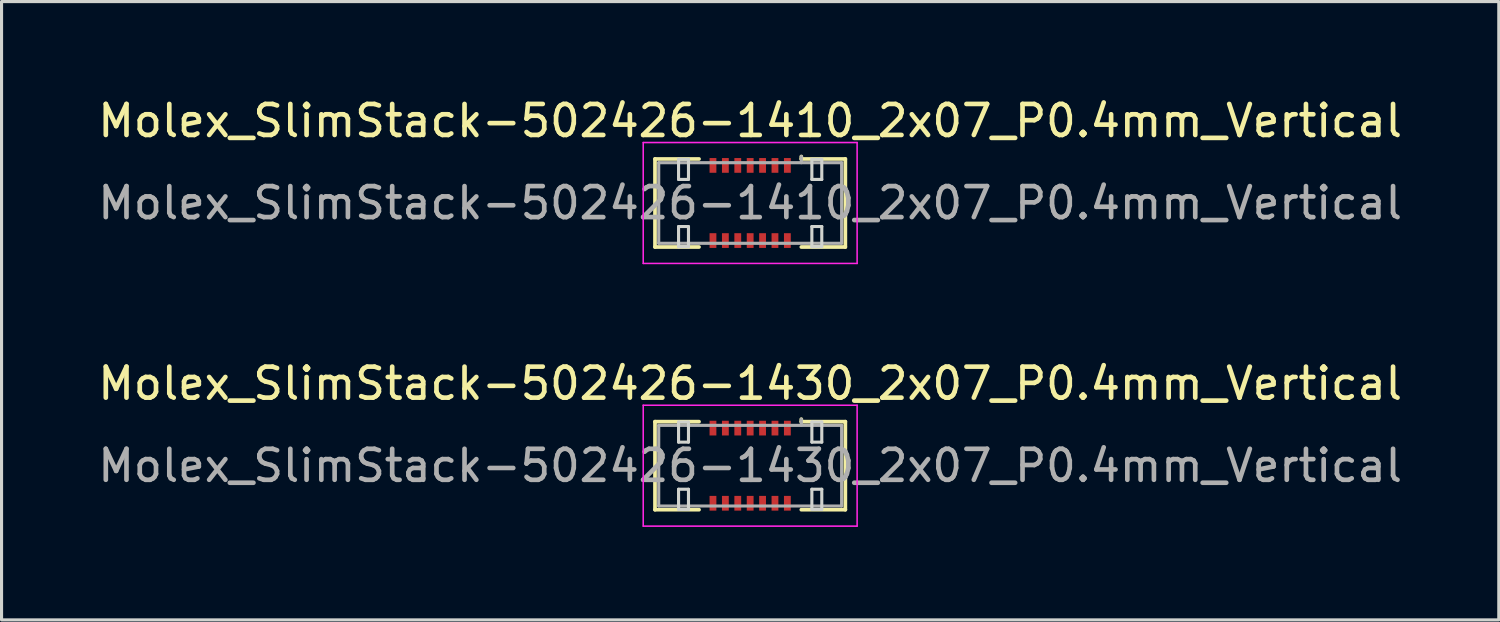
<source format=kicad_pcb>
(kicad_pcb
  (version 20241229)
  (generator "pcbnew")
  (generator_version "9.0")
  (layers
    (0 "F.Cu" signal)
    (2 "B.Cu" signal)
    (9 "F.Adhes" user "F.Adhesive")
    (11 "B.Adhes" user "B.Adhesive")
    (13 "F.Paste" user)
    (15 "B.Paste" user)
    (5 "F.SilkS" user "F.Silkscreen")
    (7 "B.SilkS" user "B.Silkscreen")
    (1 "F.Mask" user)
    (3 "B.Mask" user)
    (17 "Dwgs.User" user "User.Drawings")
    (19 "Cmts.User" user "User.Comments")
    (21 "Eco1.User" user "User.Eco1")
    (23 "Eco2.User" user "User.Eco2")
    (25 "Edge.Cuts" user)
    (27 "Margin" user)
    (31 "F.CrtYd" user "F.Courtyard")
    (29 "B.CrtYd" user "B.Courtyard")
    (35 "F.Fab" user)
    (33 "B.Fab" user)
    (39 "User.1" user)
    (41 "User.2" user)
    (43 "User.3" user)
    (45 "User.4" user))
  (footprint "Molex_SlimStack-502426-1430_2x07_P0.4mm_Vertical"
    (layer "F.Cu")
    (at 21.149 11.972)
    (property "Reference" "Molex_SlimStack-502426-1430_2x07_P0.4mm_Vertical" (at 0 -2.65 0) (layer "F.SilkS") (effects (font (size 1 1) (thickness 0.15))))
    (attr smd)
    (fp_line (start -3.07 -1.42) (end -1.65 -1.42) (stroke (width 0.12) (type solid)) (layer "F.SilkS"))
    (fp_line (start -3.07 1.42) (end -3.07 -1.42) (stroke (width 0.12) (type solid)) (layer "F.SilkS"))
    (fp_line (start -1.65 1.42) (end -3.07 1.42) (stroke (width 0.12) (type solid)) (layer "F.SilkS"))
    (fp_line (start 1.65 -1.42) (end 1.65 -1.5) (stroke (width 0.12) (type solid)) (layer "F.SilkS"))
    (fp_line (start 1.65 1.42) (end 3.07 1.42) (stroke (width 0.12) (type solid)) (layer "F.SilkS"))
    (fp_line (start 3.07 -1.42) (end 1.65 -1.42) (stroke (width 0.12) (type solid)) (layer "F.SilkS"))
    (fp_line (start 3.07 1.42) (end 3.07 -1.42) (stroke (width 0.12) (type solid)) (layer "F.SilkS"))
    (fp_line (start -2.31 -1.41) (end -2.31 -0.76) (stroke (width 0.1) (type solid)) (layer "Edge.Cuts"))
    (fp_line (start -2.31 -0.76) (end -1.99 -0.76) (stroke (width 0.1) (type solid)) (layer "Edge.Cuts"))
    (fp_line (start -2.31 0.76) (end -2.31 1.41) (stroke (width 0.1) (type solid)) (layer "Edge.Cuts"))
    (fp_line (start -2.31 1.41) (end -1.99 1.41) (stroke (width 0.1) (type solid)) (layer "Edge.Cuts"))
    (fp_line (start -1.99 -1.41) (end -2.31 -1.41) (stroke (width 0.1) (type solid)) (layer "Edge.Cuts"))
    (fp_line (start -1.99 -0.76) (end -1.99 -1.41) (stroke (width 0.1) (type solid)) (layer "Edge.Cuts"))
    (fp_line (start -1.99 0.76) (end -2.31 0.76) (stroke (width 0.1) (type solid)) (layer "Edge.Cuts"))
    (fp_line (start -1.99 1.41) (end -1.99 0.76) (stroke (width 0.1) (type solid)) (layer "Edge.Cuts"))
    (fp_line (start 1.99 -1.41) (end 1.99 -0.76) (stroke (width 0.1) (type solid)) (layer "Edge.Cuts"))
    (fp_line (start 1.99 -0.76) (end 2.31 -0.76) (stroke (width 0.1) (type solid)) (layer "Edge.Cuts"))
    (fp_line (start 1.99 0.76) (end 1.99 1.41) (stroke (width 0.1) (type solid)) (layer "Edge.Cuts"))
    (fp_line (start 1.99 1.41) (end 2.31 1.41) (stroke (width 0.1) (type solid)) (layer "Edge.Cuts"))
    (fp_line (start 2.31 -1.41) (end 1.99 -1.41) (stroke (width 0.1) (type solid)) (layer "Edge.Cuts"))
    (fp_line (start 2.31 -0.76) (end 2.31 -1.41) (stroke (width 0.1) (type solid)) (layer "Edge.Cuts"))
    (fp_line (start 2.31 0.76) (end 1.99 0.76) (stroke (width 0.1) (type solid)) (layer "Edge.Cuts"))
    (fp_line (start 2.31 1.41) (end 2.31 0.76) (stroke (width 0.1) (type solid)) (layer "Edge.Cuts"))
    (fp_line (start -3.45 -1.95) (end -3.45 1.95) (stroke (width 0.05) (type solid)) (layer "F.CrtYd"))
    (fp_line (start -3.45 1.95) (end 3.45 1.95) (stroke (width 0.05) (type solid)) (layer "F.CrtYd"))
    (fp_line (start 3.45 -1.95) (end -3.45 -1.95) (stroke (width 0.05) (type solid)) (layer "F.CrtYd"))
    (fp_line (start 3.45 1.95) (end 3.45 -1.95) (stroke (width 0.05) (type solid)) (layer "F.CrtYd"))
    (fp_line (start -2.95 -1.3) (end -2.95 1.3) (stroke (width 0.1) (type solid)) (layer "F.Fab"))
    (fp_line (start -2.95 1.3) (end 2.95 1.3) (stroke (width 0.1) (type solid)) (layer "F.Fab"))
    (fp_line (start 1.65 -1.3) (end 1.65 -1.5) (stroke (width 0.1) (type solid)) (layer "F.Fab"))
    (fp_line (start 2.95 -1.3) (end -2.95 -1.3) (stroke (width 0.1) (type solid)) (layer "F.Fab"))
    (fp_line (start 2.95 1.3) (end 2.95 -1.3) (stroke (width 0.1) (type solid)) (layer "F.Fab"))
    (fp_text user "${REFERENCE}" (at 0 0 0) (layer "F.Fab") (effects (font (size 1 1) (thickness 0.15))))
    (pad "1" smd rect (at 1.2 -1.212) (size 0.22 0.475) (layers "F.Cu" "F.Mask" "F.Paste"))
    (pad "2" smd rect (at 1.2 1.212) (size 0.22 0.475) (layers "F.Cu" "F.Mask" "F.Paste"))
    (pad "3" smd rect (at 0.8 -1.212) (size 0.22 0.475) (layers "F.Cu" "F.Mask" "F.Paste"))
    (pad "4" smd rect (at 0.8 1.212) (size 0.22 0.475) (layers "F.Cu" "F.Mask" "F.Paste"))
    (pad "5" smd rect (at 0.4 -1.212) (size 0.22 0.475) (layers "F.Cu" "F.Mask" "F.Paste"))
    (pad "6" smd rect (at 0.4 1.212) (size 0.22 0.475) (layers "F.Cu" "F.Mask" "F.Paste"))
    (pad "7" smd rect (at 0 -1.212) (size 0.22 0.475) (layers "F.Cu" "F.Mask" "F.Paste"))
    (pad "8" smd rect (at 0 1.212) (size 0.22 0.475) (layers "F.Cu" "F.Mask" "F.Paste"))
    (pad "9" smd rect (at -0.4 -1.212) (size 0.22 0.475) (layers "F.Cu" "F.Mask" "F.Paste"))
    (pad "10" smd rect (at -0.4 1.212) (size 0.22 0.475) (layers "F.Cu" "F.Mask" "F.Paste"))
    (pad "11" smd rect (at -0.8 -1.212) (size 0.22 0.475) (layers "F.Cu" "F.Mask" "F.Paste"))
    (pad "12" smd rect (at -0.8 1.212) (size 0.22 0.475) (layers "F.Cu" "F.Mask" "F.Paste"))
    (pad "13" smd rect (at -1.2 -1.212) (size 0.22 0.475) (layers "F.Cu" "F.Mask" "F.Paste"))
    (pad "14" smd rect (at -1.2 1.212) (size 0.22 0.475) (layers "F.Cu" "F.Mask" "F.Paste")))
  (footprint "Molex_SlimStack-502426-1410_2x07_P0.4mm_Vertical"
    (layer "F.Cu")
    (at 21.149 3.498)
    (property "Reference" "Molex_SlimStack-502426-1410_2x07_P0.4mm_Vertical" (at 0 -2.65 0) (layer "F.SilkS") (effects (font (size 1 1) (thickness 0.15))))
    (attr smd)
    (fp_line (start -3.07 -1.42) (end -1.65 -1.42) (stroke (width 0.12) (type solid)) (layer "F.SilkS"))
    (fp_line (start -3.07 1.42) (end -3.07 -1.42) (stroke (width 0.12) (type solid)) (layer "F.SilkS"))
    (fp_line (start -1.65 1.42) (end -3.07 1.42) (stroke (width 0.12) (type solid)) (layer "F.SilkS"))
    (fp_line (start 1.65 -1.42) (end 1.65 -1.5) (stroke (width 0.12) (type solid)) (layer "F.SilkS"))
    (fp_line (start 1.65 1.42) (end 3.07 1.42) (stroke (width 0.12) (type solid)) (layer "F.SilkS"))
    (fp_line (start 3.07 -1.42) (end 1.65 -1.42) (stroke (width 0.12) (type solid)) (layer "F.SilkS"))
    (fp_line (start 3.07 1.42) (end 3.07 -1.42) (stroke (width 0.12) (type solid)) (layer "F.SilkS"))
    (fp_line (start -2.31 -1.41) (end -2.31 -0.76) (stroke (width 0.1) (type solid)) (layer "Edge.Cuts"))
    (fp_line (start -2.31 -0.76) (end -1.99 -0.76) (stroke (width 0.1) (type solid)) (layer "Edge.Cuts"))
    (fp_line (start -2.31 0.76) (end -2.31 1.41) (stroke (width 0.1) (type solid)) (layer "Edge.Cuts"))
    (fp_line (start -2.31 1.41) (end -1.99 1.41) (stroke (width 0.1) (type solid)) (layer "Edge.Cuts"))
    (fp_line (start -1.99 -1.41) (end -2.31 -1.41) (stroke (width 0.1) (type solid)) (layer "Edge.Cuts"))
    (fp_line (start -1.99 -0.76) (end -1.99 -1.41) (stroke (width 0.1) (type solid)) (layer "Edge.Cuts"))
    (fp_line (start -1.99 0.76) (end -2.31 0.76) (stroke (width 0.1) (type solid)) (layer "Edge.Cuts"))
    (fp_line (start -1.99 1.41) (end -1.99 0.76) (stroke (width 0.1) (type solid)) (layer "Edge.Cuts"))
    (fp_line (start 1.99 -1.41) (end 1.99 -0.76) (stroke (width 0.1) (type solid)) (layer "Edge.Cuts"))
    (fp_line (start 1.99 -0.76) (end 2.31 -0.76) (stroke (width 0.1) (type solid)) (layer "Edge.Cuts"))
    (fp_line (start 1.99 0.76) (end 1.99 1.41) (stroke (width 0.1) (type solid)) (layer "Edge.Cuts"))
    (fp_line (start 1.99 1.41) (end 2.31 1.41) (stroke (width 0.1) (type solid)) (layer "Edge.Cuts"))
    (fp_line (start 2.31 -1.41) (end 1.99 -1.41) (stroke (width 0.1) (type solid)) (layer "Edge.Cuts"))
    (fp_line (start 2.31 -0.76) (end 2.31 -1.41) (stroke (width 0.1) (type solid)) (layer "Edge.Cuts"))
    (fp_line (start 2.31 0.76) (end 1.99 0.76) (stroke (width 0.1) (type solid)) (layer "Edge.Cuts"))
    (fp_line (start 2.31 1.41) (end 2.31 0.76) (stroke (width 0.1) (type solid)) (layer "Edge.Cuts"))
    (fp_line (start -3.45 -1.95) (end -3.45 1.95) (stroke (width 0.05) (type solid)) (layer "F.CrtYd"))
    (fp_line (start -3.45 1.95) (end 3.45 1.95) (stroke (width 0.05) (type solid)) (layer "F.CrtYd"))
    (fp_line (start 3.45 -1.95) (end -3.45 -1.95) (stroke (width 0.05) (type solid)) (layer "F.CrtYd"))
    (fp_line (start 3.45 1.95) (end 3.45 -1.95) (stroke (width 0.05) (type solid)) (layer "F.CrtYd"))
    (fp_line (start -2.95 -1.3) (end -2.95 1.3) (stroke (width 0.1) (type solid)) (layer "F.Fab"))
    (fp_line (start -2.95 1.3) (end 2.95 1.3) (stroke (width 0.1) (type solid)) (layer "F.Fab"))
    (fp_line (start 1.65 -1.3) (end 1.65 -1.5) (stroke (width 0.1) (type solid)) (layer "F.Fab"))
    (fp_line (start 2.95 -1.3) (end -2.95 -1.3) (stroke (width 0.1) (type solid)) (layer "F.Fab"))
    (fp_line (start 2.95 1.3) (end 2.95 -1.3) (stroke (width 0.1) (type solid)) (layer "F.Fab"))
    (fp_text user "${REFERENCE}" (at 0 0 0) (layer "F.Fab") (effects (font (size 1 1) (thickness 0.15))))
    (pad "1" smd rect (at 1.2 -1.212) (size 0.22 0.475) (layers "F.Cu" "F.Mask" "F.Paste"))
    (pad "2" smd rect (at 1.2 1.212) (size 0.22 0.475) (layers "F.Cu" "F.Mask" "F.Paste"))
    (pad "3" smd rect (at 0.8 -1.212) (size 0.22 0.475) (layers "F.Cu" "F.Mask" "F.Paste"))
    (pad "4" smd rect (at 0.8 1.212) (size 0.22 0.475) (layers "F.Cu" "F.Mask" "F.Paste"))
    (pad "5" smd rect (at 0.4 -1.212) (size 0.22 0.475) (layers "F.Cu" "F.Mask" "F.Paste"))
    (pad "6" smd rect (at 0.4 1.212) (size 0.22 0.475) (layers "F.Cu" "F.Mask" "F.Paste"))
    (pad "7" smd rect (at 0 -1.212) (size 0.22 0.475) (layers "F.Cu" "F.Mask" "F.Paste"))
    (pad "8" smd rect (at 0 1.212) (size 0.22 0.475) (layers "F.Cu" "F.Mask" "F.Paste"))
    (pad "9" smd rect (at -0.4 -1.212) (size 0.22 0.475) (layers "F.Cu" "F.Mask" "F.Paste"))
    (pad "10" smd rect (at -0.4 1.212) (size 0.22 0.475) (layers "F.Cu" "F.Mask" "F.Paste"))
    (pad "11" smd rect (at -0.8 -1.212) (size 0.22 0.475) (layers "F.Cu" "F.Mask" "F.Paste"))
    (pad "12" smd rect (at -0.8 1.212) (size 0.22 0.475) (layers "F.Cu" "F.Mask" "F.Paste"))
    (pad "13" smd rect (at -1.2 -1.212) (size 0.22 0.475) (layers "F.Cu" "F.Mask" "F.Paste"))
    (pad "14" smd rect (at -1.2 1.212) (size 0.22 0.475) (layers "F.Cu" "F.Mask" "F.Paste")))
  (gr_rect
    (start -3 -3)
    (end 45.298 16.947)
    (stroke (width 0.1) (type default))
    (fill no)
    (layer "Edge.Cuts")))
</source>
